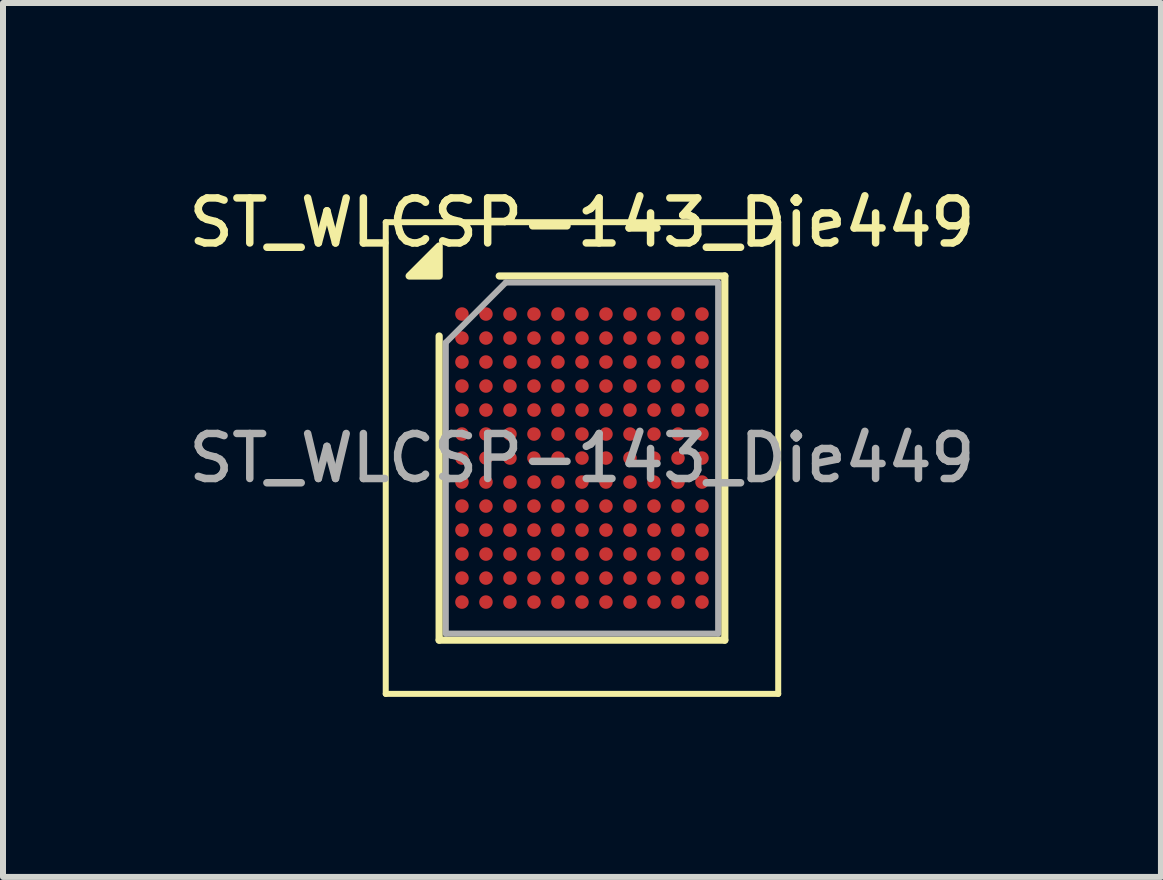
<source format=kicad_pcb>
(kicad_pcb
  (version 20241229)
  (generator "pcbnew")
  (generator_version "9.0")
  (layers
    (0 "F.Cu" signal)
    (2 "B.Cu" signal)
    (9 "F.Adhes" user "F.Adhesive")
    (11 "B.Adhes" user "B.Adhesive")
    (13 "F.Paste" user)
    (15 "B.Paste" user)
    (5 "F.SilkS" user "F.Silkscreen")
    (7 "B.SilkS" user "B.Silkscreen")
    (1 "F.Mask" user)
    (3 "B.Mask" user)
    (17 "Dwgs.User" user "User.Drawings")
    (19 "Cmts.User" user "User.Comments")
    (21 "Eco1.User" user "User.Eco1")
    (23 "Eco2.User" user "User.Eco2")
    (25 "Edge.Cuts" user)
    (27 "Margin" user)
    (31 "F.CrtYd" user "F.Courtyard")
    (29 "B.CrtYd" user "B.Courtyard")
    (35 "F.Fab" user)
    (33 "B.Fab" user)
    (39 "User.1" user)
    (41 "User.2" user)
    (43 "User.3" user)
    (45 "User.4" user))
  (footprint "ST_WLCSP-143_Die449"
    (layer "F.Cu")
    (at 6.648 4.583)
    (property "Reference" "ST_WLCSP-143_Die449" (at 0 -3.925 0) (layer "F.SilkS") (effects (font (size 0.75 0.75) (thickness 0.125))))
    (attr smd)
    (fp_line (start -3.27 -3.93) (end -3.27 3.93) (stroke (width 0.1) (type solid)) (layer "F.SilkS"))
    (fp_line (start -3.27 3.93) (end 3.27 3.93) (stroke (width 0.1) (type solid)) (layer "F.SilkS"))
    (fp_line (start -2.38 3.034) (end -2.38 -2.034) (stroke (width 0.12) (type solid)) (layer "F.SilkS"))
    (fp_line (start -1.379 -3.034) (end 2.38 -3.034) (stroke (width 0.12) (type solid)) (layer "F.SilkS"))
    (fp_line (start 2.38 -3.034) (end 2.38 3.034) (stroke (width 0.12) (type solid)) (layer "F.SilkS"))
    (fp_line (start 2.38 3.034) (end -2.38 3.034) (stroke (width 0.12) (type solid)) (layer "F.SilkS"))
    (fp_line (start 3.27 -3.93) (end -3.27 -3.93) (stroke (width 0.1) (type solid)) (layer "F.SilkS"))
    (fp_line (start 3.27 3.93) (end 3.27 -3.93) (stroke (width 0.1) (type solid)) (layer "F.SilkS"))
    (fp_poly (pts (xy -2.38 -3.034) (xy -2.88 -3.034) (xy -2.38 -3.534) (xy -2.38 -3.034)) (stroke (width 0.12) (type solid)) (fill yes) (layer "F.SilkS"))
    (fp_line (start -2.269 -1.925) (end -1.27 -2.925) (stroke (width 0.1) (type solid)) (layer "F.Fab"))
    (fp_line (start -2.269 2.925) (end -2.269 -1.925) (stroke (width 0.1) (type solid)) (layer "F.Fab"))
    (fp_line (start -1.27 -2.925) (end 2.269 -2.925) (stroke (width 0.1) (type solid)) (layer "F.Fab"))
    (fp_line (start 2.269 -2.925) (end 2.269 2.925) (stroke (width 0.1) (type solid)) (layer "F.Fab"))
    (fp_line (start 2.269 2.925) (end -2.269 2.925) (stroke (width 0.1) (type solid)) (layer "F.Fab"))
    (fp_text user "${REFERENCE}" (at 0 0 0) (layer "F.Fab") (effects (font (size 0.75 0.75) (thickness 0.125))))
    (pad "A1" smd circle (at -2 -2.4) (size 0.225 0.225) (property pad_prop_bga) (layers "F.Cu" "F.Mask" "F.Paste"))
    (pad "A2" smd circle (at -1.6 -2.4) (size 0.225 0.225) (property pad_prop_bga) (layers "F.Cu" "F.Mask" "F.Paste"))
    (pad "A3" smd circle (at -1.2 -2.4) (size 0.225 0.225) (property pad_prop_bga) (layers "F.Cu" "F.Mask" "F.Paste"))
    (pad "A4" smd circle (at -0.8 -2.4) (size 0.225 0.225) (property pad_prop_bga) (layers "F.Cu" "F.Mask" "F.Paste"))
    (pad "A5" smd circle (at -0.4 -2.4) (size 0.225 0.225) (property pad_prop_bga) (layers "F.Cu" "F.Mask" "F.Paste"))
    (pad "A6" smd circle (at 0 -2.4) (size 0.225 0.225) (property pad_prop_bga) (layers "F.Cu" "F.Mask" "F.Paste"))
    (pad "A7" smd circle (at 0.4 -2.4) (size 0.225 0.225) (property pad_prop_bga) (layers "F.Cu" "F.Mask" "F.Paste"))
    (pad "A8" smd circle (at 0.8 -2.4) (size 0.225 0.225) (property pad_prop_bga) (layers "F.Cu" "F.Mask" "F.Paste"))
    (pad "A9" smd circle (at 1.2 -2.4) (size 0.225 0.225) (property pad_prop_bga) (layers "F.Cu" "F.Mask" "F.Paste"))
    (pad "A10" smd circle (at 1.6 -2.4) (size 0.225 0.225) (property pad_prop_bga) (layers "F.Cu" "F.Mask" "F.Paste"))
    (pad "A11" smd circle (at 2 -2.4) (size 0.225 0.225) (property pad_prop_bga) (layers "F.Cu" "F.Mask" "F.Paste"))
    (pad "B1" smd circle (at -2 -2) (size 0.225 0.225) (property pad_prop_bga) (layers "F.Cu" "F.Mask" "F.Paste"))
    (pad "B2" smd circle (at -1.6 -2) (size 0.225 0.225) (property pad_prop_bga) (layers "F.Cu" "F.Mask" "F.Paste"))
    (pad "B3" smd circle (at -1.2 -2) (size 0.225 0.225) (property pad_prop_bga) (layers "F.Cu" "F.Mask" "F.Paste"))
    (pad "B4" smd circle (at -0.8 -2) (size 0.225 0.225) (property pad_prop_bga) (layers "F.Cu" "F.Mask" "F.Paste"))
    (pad "B5" smd circle (at -0.4 -2) (size 0.225 0.225) (property pad_prop_bga) (layers "F.Cu" "F.Mask" "F.Paste"))
    (pad "B6" smd circle (at 0 -2) (size 0.225 0.225) (property pad_prop_bga) (layers "F.Cu" "F.Mask" "F.Paste"))
    (pad "B7" smd circle (at 0.4 -2) (size 0.225 0.225) (property pad_prop_bga) (layers "F.Cu" "F.Mask" "F.Paste"))
    (pad "B8" smd circle (at 0.8 -2) (size 0.225 0.225) (property pad_prop_bga) (layers "F.Cu" "F.Mask" "F.Paste"))
    (pad "B9" smd circle (at 1.2 -2) (size 0.225 0.225) (property pad_prop_bga) (layers "F.Cu" "F.Mask" "F.Paste"))
    (pad "B10" smd circle (at 1.6 -2) (size 0.225 0.225) (property pad_prop_bga) (layers "F.Cu" "F.Mask" "F.Paste"))
    (pad "B11" smd circle (at 2 -2) (size 0.225 0.225) (property pad_prop_bga) (layers "F.Cu" "F.Mask" "F.Paste"))
    (pad "C1" smd circle (at -2 -1.6) (size 0.225 0.225) (property pad_prop_bga) (layers "F.Cu" "F.Mask" "F.Paste"))
    (pad "C2" smd circle (at -1.6 -1.6) (size 0.225 0.225) (property pad_prop_bga) (layers "F.Cu" "F.Mask" "F.Paste"))
    (pad "C3" smd circle (at -1.2 -1.6) (size 0.225 0.225) (property pad_prop_bga) (layers "F.Cu" "F.Mask" "F.Paste"))
    (pad "C4" smd circle (at -0.8 -1.6) (size 0.225 0.225) (property pad_prop_bga) (layers "F.Cu" "F.Mask" "F.Paste"))
    (pad "C5" smd circle (at -0.4 -1.6) (size 0.225 0.225) (property pad_prop_bga) (layers "F.Cu" "F.Mask" "F.Paste"))
    (pad "C6" smd circle (at 0 -1.6) (size 0.225 0.225) (property pad_prop_bga) (layers "F.Cu" "F.Mask" "F.Paste"))
    (pad "C7" smd circle (at 0.4 -1.6) (size 0.225 0.225) (property pad_prop_bga) (layers "F.Cu" "F.Mask" "F.Paste"))
    (pad "C8" smd circle (at 0.8 -1.6) (size 0.225 0.225) (property pad_prop_bga) (layers "F.Cu" "F.Mask" "F.Paste"))
    (pad "C9" smd circle (at 1.2 -1.6) (size 0.225 0.225) (property pad_prop_bga) (layers "F.Cu" "F.Mask" "F.Paste"))
    (pad "C10" smd circle (at 1.6 -1.6) (size 0.225 0.225) (property pad_prop_bga) (layers "F.Cu" "F.Mask" "F.Paste"))
    (pad "C11" smd circle (at 2 -1.6) (size 0.225 0.225) (property pad_prop_bga) (layers "F.Cu" "F.Mask" "F.Paste"))
    (pad "D1" smd circle (at -2 -1.2) (size 0.225 0.225) (property pad_prop_bga) (layers "F.Cu" "F.Mask" "F.Paste"))
    (pad "D2" smd circle (at -1.6 -1.2) (size 0.225 0.225) (property pad_prop_bga) (layers "F.Cu" "F.Mask" "F.Paste"))
    (pad "D3" smd circle (at -1.2 -1.2) (size 0.225 0.225) (property pad_prop_bga) (layers "F.Cu" "F.Mask" "F.Paste"))
    (pad "D4" smd circle (at -0.8 -1.2) (size 0.225 0.225) (property pad_prop_bga) (layers "F.Cu" "F.Mask" "F.Paste"))
    (pad "D5" smd circle (at -0.4 -1.2) (size 0.225 0.225) (property pad_prop_bga) (layers "F.Cu" "F.Mask" "F.Paste"))
    (pad "D6" smd circle (at 0 -1.2) (size 0.225 0.225) (property pad_prop_bga) (layers "F.Cu" "F.Mask" "F.Paste"))
    (pad "D7" smd circle (at 0.4 -1.2) (size 0.225 0.225) (property pad_prop_bga) (layers "F.Cu" "F.Mask" "F.Paste"))
    (pad "D8" smd circle (at 0.8 -1.2) (size 0.225 0.225) (property pad_prop_bga) (layers "F.Cu" "F.Mask" "F.Paste"))
    (pad "D9" smd circle (at 1.2 -1.2) (size 0.225 0.225) (property pad_prop_bga) (layers "F.Cu" "F.Mask" "F.Paste"))
    (pad "D10" smd circle (at 1.6 -1.2) (size 0.225 0.225) (property pad_prop_bga) (layers "F.Cu" "F.Mask" "F.Paste"))
    (pad "D11" smd circle (at 2 -1.2) (size 0.225 0.225) (property pad_prop_bga) (layers "F.Cu" "F.Mask" "F.Paste"))
    (pad "E1" smd circle (at -2 -0.8) (size 0.225 0.225) (property pad_prop_bga) (layers "F.Cu" "F.Mask" "F.Paste"))
    (pad "E2" smd circle (at -1.6 -0.8) (size 0.225 0.225) (property pad_prop_bga) (layers "F.Cu" "F.Mask" "F.Paste"))
    (pad "E3" smd circle (at -1.2 -0.8) (size 0.225 0.225) (property pad_prop_bga) (layers "F.Cu" "F.Mask" "F.Paste"))
    (pad "E4" smd circle (at -0.8 -0.8) (size 0.225 0.225) (property pad_prop_bga) (layers "F.Cu" "F.Mask" "F.Paste"))
    (pad "E5" smd circle (at -0.4 -0.8) (size 0.225 0.225) (property pad_prop_bga) (layers "F.Cu" "F.Mask" "F.Paste"))
    (pad "E6" smd circle (at 0 -0.8) (size 0.225 0.225) (property pad_prop_bga) (layers "F.Cu" "F.Mask" "F.Paste"))
    (pad "E7" smd circle (at 0.4 -0.8) (size 0.225 0.225) (property pad_prop_bga) (layers "F.Cu" "F.Mask" "F.Paste"))
    (pad "E8" smd circle (at 0.8 -0.8) (size 0.225 0.225) (property pad_prop_bga) (layers "F.Cu" "F.Mask" "F.Paste"))
    (pad "E9" smd circle (at 1.2 -0.8) (size 0.225 0.225) (property pad_prop_bga) (layers "F.Cu" "F.Mask" "F.Paste"))
    (pad "E10" smd circle (at 1.6 -0.8) (size 0.225 0.225) (property pad_prop_bga) (layers "F.Cu" "F.Mask" "F.Paste"))
    (pad "E11" smd circle (at 2 -0.8) (size 0.225 0.225) (property pad_prop_bga) (layers "F.Cu" "F.Mask" "F.Paste"))
    (pad "F1" smd circle (at -2 -0.4) (size 0.225 0.225) (property pad_prop_bga) (layers "F.Cu" "F.Mask" "F.Paste"))
    (pad "F2" smd circle (at -1.6 -0.4) (size 0.225 0.225) (property pad_prop_bga) (layers "F.Cu" "F.Mask" "F.Paste"))
    (pad "F3" smd circle (at -1.2 -0.4) (size 0.225 0.225) (property pad_prop_bga) (layers "F.Cu" "F.Mask" "F.Paste"))
    (pad "F4" smd circle (at -0.8 -0.4) (size 0.225 0.225) (property pad_prop_bga) (layers "F.Cu" "F.Mask" "F.Paste"))
    (pad "F5" smd circle (at -0.4 -0.4) (size 0.225 0.225) (property pad_prop_bga) (layers "F.Cu" "F.Mask" "F.Paste"))
    (pad "F6" smd circle (at 0 -0.4) (size 0.225 0.225) (property pad_prop_bga) (layers "F.Cu" "F.Mask" "F.Paste"))
    (pad "F7" smd circle (at 0.4 -0.4) (size 0.225 0.225) (property pad_prop_bga) (layers "F.Cu" "F.Mask" "F.Paste"))
    (pad "F8" smd circle (at 0.8 -0.4) (size 0.225 0.225) (property pad_prop_bga) (layers "F.Cu" "F.Mask" "F.Paste"))
    (pad "F9" smd circle (at 1.2 -0.4) (size 0.225 0.225) (property pad_prop_bga) (layers "F.Cu" "F.Mask" "F.Paste"))
    (pad "F10" smd circle (at 1.6 -0.4) (size 0.225 0.225) (property pad_prop_bga) (layers "F.Cu" "F.Mask" "F.Paste"))
    (pad "F11" smd circle (at 2 -0.4) (size 0.225 0.225) (property pad_prop_bga) (layers "F.Cu" "F.Mask" "F.Paste"))
    (pad "G1" smd circle (at -2 0) (size 0.225 0.225) (property pad_prop_bga) (layers "F.Cu" "F.Mask" "F.Paste"))
    (pad "G2" smd circle (at -1.6 0) (size 0.225 0.225) (property pad_prop_bga) (layers "F.Cu" "F.Mask" "F.Paste"))
    (pad "G3" smd circle (at -1.2 0) (size 0.225 0.225) (property pad_prop_bga) (layers "F.Cu" "F.Mask" "F.Paste"))
    (pad "G4" smd circle (at -0.8 0) (size 0.225 0.225) (property pad_prop_bga) (layers "F.Cu" "F.Mask" "F.Paste"))
    (pad "G5" smd circle (at -0.4 0) (size 0.225 0.225) (property pad_prop_bga) (layers "F.Cu" "F.Mask" "F.Paste"))
    (pad "G6" smd circle (at 0 0) (size 0.225 0.225) (property pad_prop_bga) (layers "F.Cu" "F.Mask" "F.Paste"))
    (pad "G7" smd circle (at 0.4 0) (size 0.225 0.225) (property pad_prop_bga) (layers "F.Cu" "F.Mask" "F.Paste"))
    (pad "G8" smd circle (at 0.8 0) (size 0.225 0.225) (property pad_prop_bga) (layers "F.Cu" "F.Mask" "F.Paste"))
    (pad "G9" smd circle (at 1.2 0) (size 0.225 0.225) (property pad_prop_bga) (layers "F.Cu" "F.Mask" "F.Paste"))
    (pad "G10" smd circle (at 1.6 0) (size 0.225 0.225) (property pad_prop_bga) (layers "F.Cu" "F.Mask" "F.Paste"))
    (pad "G11" smd circle (at 2 0) (size 0.225 0.225) (property pad_prop_bga) (layers "F.Cu" "F.Mask" "F.Paste"))
    (pad "H1" smd circle (at -2 0.4) (size 0.225 0.225) (property pad_prop_bga) (layers "F.Cu" "F.Mask" "F.Paste"))
    (pad "H2" smd circle (at -1.6 0.4) (size 0.225 0.225) (property pad_prop_bga) (layers "F.Cu" "F.Mask" "F.Paste"))
    (pad "H3" smd circle (at -1.2 0.4) (size 0.225 0.225) (property pad_prop_bga) (layers "F.Cu" "F.Mask" "F.Paste"))
    (pad "H4" smd circle (at -0.8 0.4) (size 0.225 0.225) (property pad_prop_bga) (layers "F.Cu" "F.Mask" "F.Paste"))
    (pad "H5" smd circle (at -0.4 0.4) (size 0.225 0.225) (property pad_prop_bga) (layers "F.Cu" "F.Mask" "F.Paste"))
    (pad "H6" smd circle (at 0 0.4) (size 0.225 0.225) (property pad_prop_bga) (layers "F.Cu" "F.Mask" "F.Paste"))
    (pad "H7" smd circle (at 0.4 0.4) (size 0.225 0.225) (property pad_prop_bga) (layers "F.Cu" "F.Mask" "F.Paste"))
    (pad "H8" smd circle (at 0.8 0.4) (size 0.225 0.225) (property pad_prop_bga) (layers "F.Cu" "F.Mask" "F.Paste"))
    (pad "H9" smd circle (at 1.2 0.4) (size 0.225 0.225) (property pad_prop_bga) (layers "F.Cu" "F.Mask" "F.Paste"))
    (pad "H10" smd circle (at 1.6 0.4) (size 0.225 0.225) (property pad_prop_bga) (layers "F.Cu" "F.Mask" "F.Paste"))
    (pad "H11" smd circle (at 2 0.4) (size 0.225 0.225) (property pad_prop_bga) (layers "F.Cu" "F.Mask" "F.Paste"))
    (pad "J1" smd circle (at -2 0.8) (size 0.225 0.225) (property pad_prop_bga) (layers "F.Cu" "F.Mask" "F.Paste"))
    (pad "J2" smd circle (at -1.6 0.8) (size 0.225 0.225) (property pad_prop_bga) (layers "F.Cu" "F.Mask" "F.Paste"))
    (pad "J3" smd circle (at -1.2 0.8) (size 0.225 0.225) (property pad_prop_bga) (layers "F.Cu" "F.Mask" "F.Paste"))
    (pad "J4" smd circle (at -0.8 0.8) (size 0.225 0.225) (property pad_prop_bga) (layers "F.Cu" "F.Mask" "F.Paste"))
    (pad "J5" smd circle (at -0.4 0.8) (size 0.225 0.225) (property pad_prop_bga) (layers "F.Cu" "F.Mask" "F.Paste"))
    (pad "J6" smd circle (at 0 0.8) (size 0.225 0.225) (property pad_prop_bga) (layers "F.Cu" "F.Mask" "F.Paste"))
    (pad "J7" smd circle (at 0.4 0.8) (size 0.225 0.225) (property pad_prop_bga) (layers "F.Cu" "F.Mask" "F.Paste"))
    (pad "J8" smd circle (at 0.8 0.8) (size 0.225 0.225) (property pad_prop_bga) (layers "F.Cu" "F.Mask" "F.Paste"))
    (pad "J9" smd circle (at 1.2 0.8) (size 0.225 0.225) (property pad_prop_bga) (layers "F.Cu" "F.Mask" "F.Paste"))
    (pad "J10" smd circle (at 1.6 0.8) (size 0.225 0.225) (property pad_prop_bga) (layers "F.Cu" "F.Mask" "F.Paste"))
    (pad "J11" smd circle (at 2 0.8) (size 0.225 0.225) (property pad_prop_bga) (layers "F.Cu" "F.Mask" "F.Paste"))
    (pad "K1" smd circle (at -2 1.2) (size 0.225 0.225) (property pad_prop_bga) (layers "F.Cu" "F.Mask" "F.Paste"))
    (pad "K2" smd circle (at -1.6 1.2) (size 0.225 0.225) (property pad_prop_bga) (layers "F.Cu" "F.Mask" "F.Paste"))
    (pad "K3" smd circle (at -1.2 1.2) (size 0.225 0.225) (property pad_prop_bga) (layers "F.Cu" "F.Mask" "F.Paste"))
    (pad "K4" smd circle (at -0.8 1.2) (size 0.225 0.225) (property pad_prop_bga) (layers "F.Cu" "F.Mask" "F.Paste"))
    (pad "K5" smd circle (at -0.4 1.2) (size 0.225 0.225) (property pad_prop_bga) (layers "F.Cu" "F.Mask" "F.Paste"))
    (pad "K6" smd circle (at 0 1.2) (size 0.225 0.225) (property pad_prop_bga) (layers "F.Cu" "F.Mask" "F.Paste"))
    (pad "K7" smd circle (at 0.4 1.2) (size 0.225 0.225) (property pad_prop_bga) (layers "F.Cu" "F.Mask" "F.Paste"))
    (pad "K8" smd circle (at 0.8 1.2) (size 0.225 0.225) (property pad_prop_bga) (layers "F.Cu" "F.Mask" "F.Paste"))
    (pad "K9" smd circle (at 1.2 1.2) (size 0.225 0.225) (property pad_prop_bga) (layers "F.Cu" "F.Mask" "F.Paste"))
    (pad "K10" smd circle (at 1.6 1.2) (size 0.225 0.225) (property pad_prop_bga) (layers "F.Cu" "F.Mask" "F.Paste"))
    (pad "K11" smd circle (at 2 1.2) (size 0.225 0.225) (property pad_prop_bga) (layers "F.Cu" "F.Mask" "F.Paste"))
    (pad "L1" smd circle (at -2 1.6) (size 0.225 0.225) (property pad_prop_bga) (layers "F.Cu" "F.Mask" "F.Paste"))
    (pad "L2" smd circle (at -1.6 1.6) (size 0.225 0.225) (property pad_prop_bga) (layers "F.Cu" "F.Mask" "F.Paste"))
    (pad "L3" smd circle (at -1.2 1.6) (size 0.225 0.225) (property pad_prop_bga) (layers "F.Cu" "F.Mask" "F.Paste"))
    (pad "L4" smd circle (at -0.8 1.6) (size 0.225 0.225) (property pad_prop_bga) (layers "F.Cu" "F.Mask" "F.Paste"))
    (pad "L5" smd circle (at -0.4 1.6) (size 0.225 0.225) (property pad_prop_bga) (layers "F.Cu" "F.Mask" "F.Paste"))
    (pad "L6" smd circle (at 0 1.6) (size 0.225 0.225) (property pad_prop_bga) (layers "F.Cu" "F.Mask" "F.Paste"))
    (pad "L7" smd circle (at 0.4 1.6) (size 0.225 0.225) (property pad_prop_bga) (layers "F.Cu" "F.Mask" "F.Paste"))
    (pad "L8" smd circle (at 0.8 1.6) (size 0.225 0.225) (property pad_prop_bga) (layers "F.Cu" "F.Mask" "F.Paste"))
    (pad "L9" smd circle (at 1.2 1.6) (size 0.225 0.225) (property pad_prop_bga) (layers "F.Cu" "F.Mask" "F.Paste"))
    (pad "L10" smd circle (at 1.6 1.6) (size 0.225 0.225) (property pad_prop_bga) (layers "F.Cu" "F.Mask" "F.Paste"))
    (pad "L11" smd circle (at 2 1.6) (size 0.225 0.225) (property pad_prop_bga) (layers "F.Cu" "F.Mask" "F.Paste"))
    (pad "M1" smd circle (at -2 2) (size 0.225 0.225) (property pad_prop_bga) (layers "F.Cu" "F.Mask" "F.Paste"))
    (pad "M2" smd circle (at -1.6 2) (size 0.225 0.225) (property pad_prop_bga) (layers "F.Cu" "F.Mask" "F.Paste"))
    (pad "M3" smd circle (at -1.2 2) (size 0.225 0.225) (property pad_prop_bga) (layers "F.Cu" "F.Mask" "F.Paste"))
    (pad "M4" smd circle (at -0.8 2) (size 0.225 0.225) (property pad_prop_bga) (layers "F.Cu" "F.Mask" "F.Paste"))
    (pad "M5" smd circle (at -0.4 2) (size 0.225 0.225) (property pad_prop_bga) (layers "F.Cu" "F.Mask" "F.Paste"))
    (pad "M6" smd circle (at 0 2) (size 0.225 0.225) (property pad_prop_bga) (layers "F.Cu" "F.Mask" "F.Paste"))
    (pad "M7" smd circle (at 0.4 2) (size 0.225 0.225) (property pad_prop_bga) (layers "F.Cu" "F.Mask" "F.Paste"))
    (pad "M8" smd circle (at 0.8 2) (size 0.225 0.225) (property pad_prop_bga) (layers "F.Cu" "F.Mask" "F.Paste"))
    (pad "M9" smd circle (at 1.2 2) (size 0.225 0.225) (property pad_prop_bga) (layers "F.Cu" "F.Mask" "F.Paste"))
    (pad "M10" smd circle (at 1.6 2) (size 0.225 0.225) (property pad_prop_bga) (layers "F.Cu" "F.Mask" "F.Paste"))
    (pad "M11" smd circle (at 2 2) (size 0.225 0.225) (property pad_prop_bga) (layers "F.Cu" "F.Mask" "F.Paste"))
    (pad "N1" smd circle (at -2 2.4) (size 0.225 0.225) (property pad_prop_bga) (layers "F.Cu" "F.Mask" "F.Paste"))
    (pad "N2" smd circle (at -1.6 2.4) (size 0.225 0.225) (property pad_prop_bga) (layers "F.Cu" "F.Mask" "F.Paste"))
    (pad "N3" smd circle (at -1.2 2.4) (size 0.225 0.225) (property pad_prop_bga) (layers "F.Cu" "F.Mask" "F.Paste"))
    (pad "N4" smd circle (at -0.8 2.4) (size 0.225 0.225) (property pad_prop_bga) (layers "F.Cu" "F.Mask" "F.Paste"))
    (pad "N5" smd circle (at -0.4 2.4) (size 0.225 0.225) (property pad_prop_bga) (layers "F.Cu" "F.Mask" "F.Paste"))
    (pad "N6" smd circle (at 0 2.4) (size 0.225 0.225) (property pad_prop_bga) (layers "F.Cu" "F.Mask" "F.Paste"))
    (pad "N7" smd circle (at 0.4 2.4) (size 0.225 0.225) (property pad_prop_bga) (layers "F.Cu" "F.Mask" "F.Paste"))
    (pad "N8" smd circle (at 0.8 2.4) (size 0.225 0.225) (property pad_prop_bga) (layers "F.Cu" "F.Mask" "F.Paste"))
    (pad "N9" smd circle (at 1.2 2.4) (size 0.225 0.225) (property pad_prop_bga) (layers "F.Cu" "F.Mask" "F.Paste"))
    (pad "N10" smd circle (at 1.6 2.4) (size 0.225 0.225) (property pad_prop_bga) (layers "F.Cu" "F.Mask" "F.Paste"))
    (pad "N11" smd circle (at 2 2.4) (size 0.225 0.225) (property pad_prop_bga) (layers "F.Cu" "F.Mask" "F.Paste")))
  (gr_rect
    (start -3 -3)
    (end 16.296 11.563)
    (stroke (width 0.1) (type default))
    (fill no)
    (layer "Edge.Cuts")))
</source>
